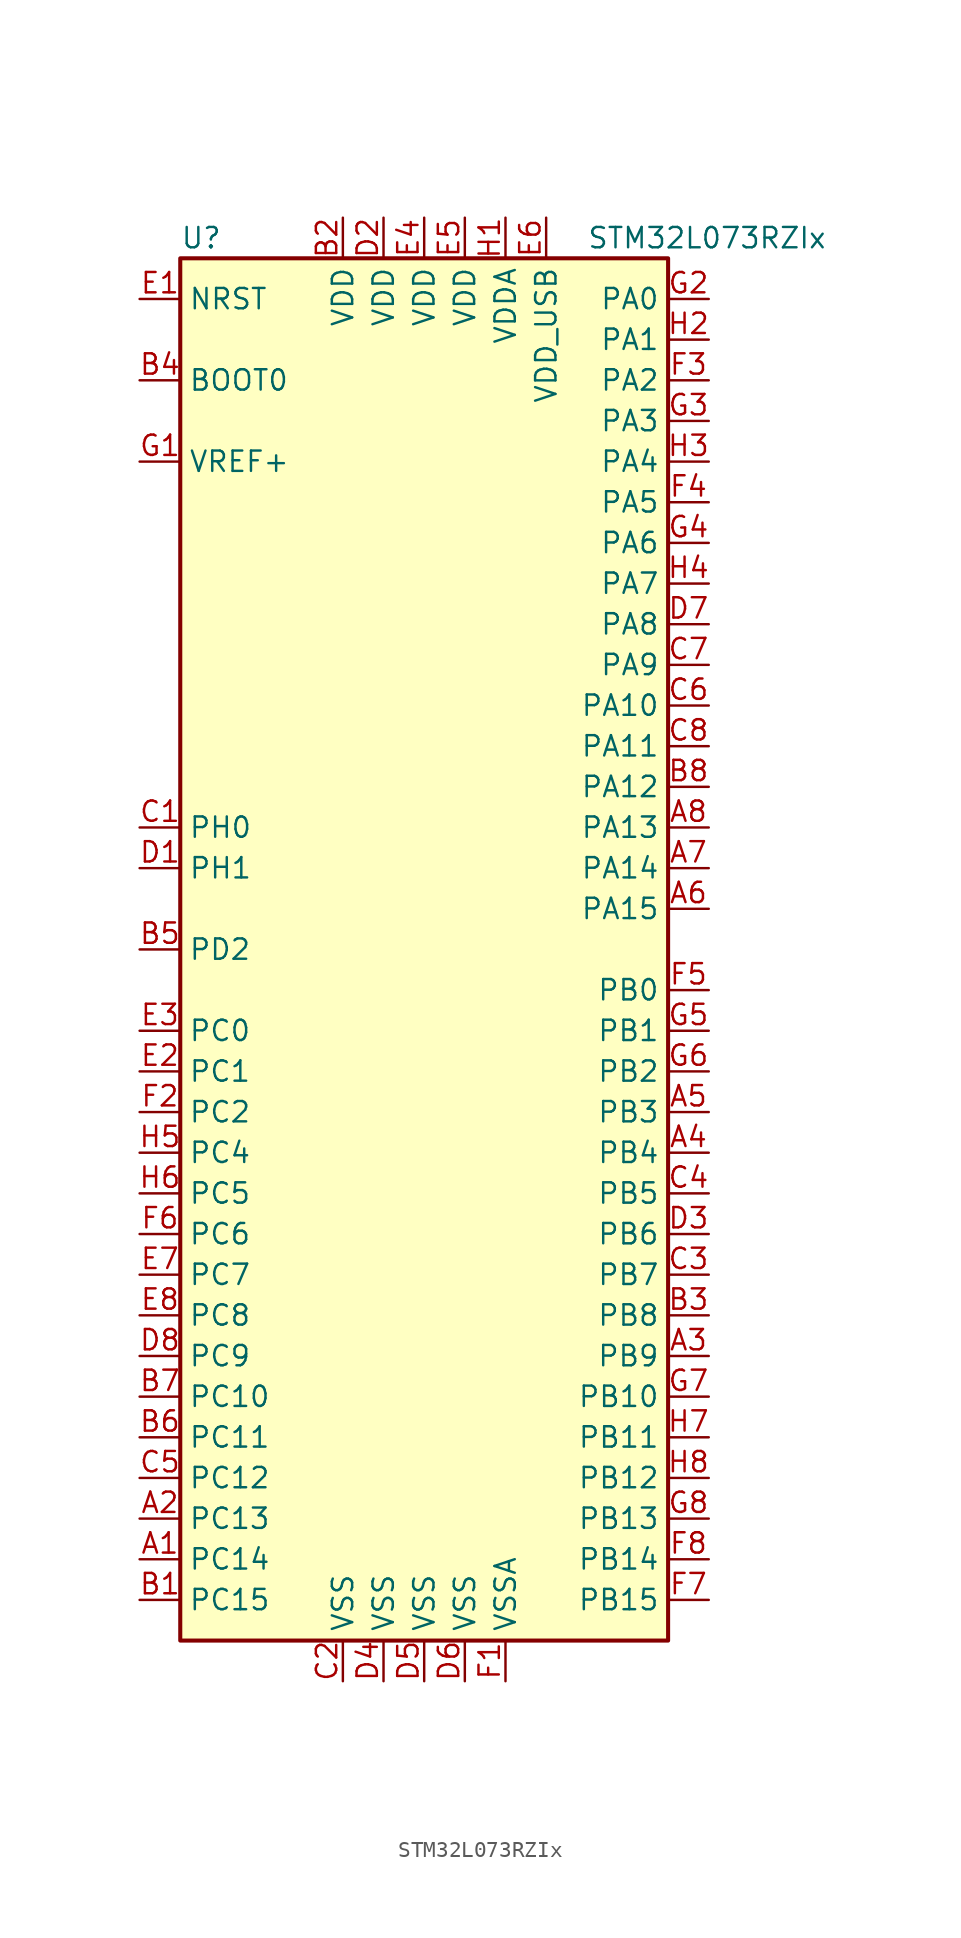
<source format=kicad_sym>
(kicad_symbol_lib
  (version 20201005)
  (generator kicad_symbol_editor)
  (symbol "MCU_ST_STM32L0:STM32L073RZIx"
    (property "Reference" "U"
      (at -15.24 44.45 0)
      (effects (font (size 1.27 1.27)) (justify left)))
    (property "Value" "STM32L073RZIx"
      (at 10.16 44.45 0)
      (effects (font (size 1.27 1.27)) (justify left)))
    (symbol "STM32L073RZIx_0_1"
      (rectangle (start -15.24 -43.18) (end 15.24 43.18) (stroke (width 0.254)) (fill (type background))))
    (symbol "STM32L073RZIx_1_1"
      (pin input line (at -17.78 35.56 0) (length 2.54) (name "BOOT0" (effects (font (size 1.27 1.27)))) (number "B4" (effects (font (size 1.27 1.27)))))
      (pin input line (at -17.78 40.64 0) (length 2.54) (name "NRST" (effects (font (size 1.27 1.27)))) (number "E1" (effects (font (size 1.27 1.27)))))
      (pin bidirectional line (at 17.78 40.64 180) (length 2.54) (name "PA0" (effects (font (size 1.27 1.27)))) (number "G2" (effects (font (size 1.27 1.27)))))
      (pin bidirectional line (at 17.78 38.1 180) (length 2.54) (name "PA1" (effects (font (size 1.27 1.27)))) (number "H2" (effects (font (size 1.27 1.27)))))
      (pin bidirectional line (at 17.78 15.24 180) (length 2.54) (name "PA10" (effects (font (size 1.27 1.27)))) (number "C6" (effects (font (size 1.27 1.27)))))
      (pin bidirectional line (at 17.78 12.7 180) (length 2.54) (name "PA11" (effects (font (size 1.27 1.27)))) (number "C8" (effects (font (size 1.27 1.27)))))
      (pin bidirectional line (at 17.78 10.16 180) (length 2.54) (name "PA12" (effects (font (size 1.27 1.27)))) (number "B8" (effects (font (size 1.27 1.27)))))
      (pin bidirectional line (at 17.78 7.62 180) (length 2.54) (name "PA13" (effects (font (size 1.27 1.27)))) (number "A8" (effects (font (size 1.27 1.27)))))
      (pin bidirectional line (at 17.78 5.08 180) (length 2.54) (name "PA14" (effects (font (size 1.27 1.27)))) (number "A7" (effects (font (size 1.27 1.27)))))
      (pin bidirectional line (at 17.78 2.54 180) (length 2.54) (name "PA15" (effects (font (size 1.27 1.27)))) (number "A6" (effects (font (size 1.27 1.27)))))
      (pin bidirectional line (at 17.78 35.56 180) (length 2.54) (name "PA2" (effects (font (size 1.27 1.27)))) (number "F3" (effects (font (size 1.27 1.27)))))
      (pin bidirectional line (at 17.78 33.02 180) (length 2.54) (name "PA3" (effects (font (size 1.27 1.27)))) (number "G3" (effects (font (size 1.27 1.27)))))
      (pin bidirectional line (at 17.78 30.48 180) (length 2.54) (name "PA4" (effects (font (size 1.27 1.27)))) (number "H3" (effects (font (size 1.27 1.27)))))
      (pin bidirectional line (at 17.78 27.94 180) (length 2.54) (name "PA5" (effects (font (size 1.27 1.27)))) (number "F4" (effects (font (size 1.27 1.27)))))
      (pin bidirectional line (at 17.78 25.4 180) (length 2.54) (name "PA6" (effects (font (size 1.27 1.27)))) (number "G4" (effects (font (size 1.27 1.27)))))
      (pin bidirectional line (at 17.78 22.86 180) (length 2.54) (name "PA7" (effects (font (size 1.27 1.27)))) (number "H4" (effects (font (size 1.27 1.27)))))
      (pin bidirectional line (at 17.78 20.32 180) (length 2.54) (name "PA8" (effects (font (size 1.27 1.27)))) (number "D7" (effects (font (size 1.27 1.27)))))
      (pin bidirectional line (at 17.78 17.78 180) (length 2.54) (name "PA9" (effects (font (size 1.27 1.27)))) (number "C7" (effects (font (size 1.27 1.27)))))
      (pin bidirectional line (at 17.78 -2.54 180) (length 2.54) (name "PB0" (effects (font (size 1.27 1.27)))) (number "F5" (effects (font (size 1.27 1.27)))))
      (pin bidirectional line (at 17.78 -5.08 180) (length 2.54) (name "PB1" (effects (font (size 1.27 1.27)))) (number "G5" (effects (font (size 1.27 1.27)))))
      (pin bidirectional line (at 17.78 -27.94 180) (length 2.54) (name "PB10" (effects (font (size 1.27 1.27)))) (number "G7" (effects (font (size 1.27 1.27)))))
      (pin bidirectional line (at 17.78 -30.48 180) (length 2.54) (name "PB11" (effects (font (size 1.27 1.27)))) (number "H7" (effects (font (size 1.27 1.27)))))
      (pin bidirectional line (at 17.78 -33.02 180) (length 2.54) (name "PB12" (effects (font (size 1.27 1.27)))) (number "H8" (effects (font (size 1.27 1.27)))))
      (pin bidirectional line (at 17.78 -35.56 180) (length 2.54) (name "PB13" (effects (font (size 1.27 1.27)))) (number "G8" (effects (font (size 1.27 1.27)))))
      (pin bidirectional line (at 17.78 -38.1 180) (length 2.54) (name "PB14" (effects (font (size 1.27 1.27)))) (number "F8" (effects (font (size 1.27 1.27)))))
      (pin bidirectional line (at 17.78 -40.64 180) (length 2.54) (name "PB15" (effects (font (size 1.27 1.27)))) (number "F7" (effects (font (size 1.27 1.27)))))
      (pin bidirectional line (at 17.78 -7.62 180) (length 2.54) (name "PB2" (effects (font (size 1.27 1.27)))) (number "G6" (effects (font (size 1.27 1.27)))))
      (pin bidirectional line (at 17.78 -10.16 180) (length 2.54) (name "PB3" (effects (font (size 1.27 1.27)))) (number "A5" (effects (font (size 1.27 1.27)))))
      (pin bidirectional line (at 17.78 -12.7 180) (length 2.54) (name "PB4" (effects (font (size 1.27 1.27)))) (number "A4" (effects (font (size 1.27 1.27)))))
      (pin bidirectional line (at 17.78 -15.24 180) (length 2.54) (name "PB5" (effects (font (size 1.27 1.27)))) (number "C4" (effects (font (size 1.27 1.27)))))
      (pin bidirectional line (at 17.78 -17.78 180) (length 2.54) (name "PB6" (effects (font (size 1.27 1.27)))) (number "D3" (effects (font (size 1.27 1.27)))))
      (pin bidirectional line (at 17.78 -20.32 180) (length 2.54) (name "PB7" (effects (font (size 1.27 1.27)))) (number "C3" (effects (font (size 1.27 1.27)))))
      (pin bidirectional line (at 17.78 -22.86 180) (length 2.54) (name "PB8" (effects (font (size 1.27 1.27)))) (number "B3" (effects (font (size 1.27 1.27)))))
      (pin bidirectional line (at 17.78 -25.4 180) (length 2.54) (name "PB9" (effects (font (size 1.27 1.27)))) (number "A3" (effects (font (size 1.27 1.27)))))
      (pin bidirectional line (at -17.78 -5.08 0) (length 2.54) (name "PC0" (effects (font (size 1.27 1.27)))) (number "E3" (effects (font (size 1.27 1.27)))))
      (pin bidirectional line (at -17.78 -7.62 0) (length 2.54) (name "PC1" (effects (font (size 1.27 1.27)))) (number "E2" (effects (font (size 1.27 1.27)))))
      (pin bidirectional line (at -17.78 -27.94 0) (length 2.54) (name "PC10" (effects (font (size 1.27 1.27)))) (number "B7" (effects (font (size 1.27 1.27)))))
      (pin bidirectional line (at -17.78 -30.48 0) (length 2.54) (name "PC11" (effects (font (size 1.27 1.27)))) (number "B6" (effects (font (size 1.27 1.27)))))
      (pin bidirectional line (at -17.78 -33.02 0) (length 2.54) (name "PC12" (effects (font (size 1.27 1.27)))) (number "C5" (effects (font (size 1.27 1.27)))))
      (pin bidirectional line (at -17.78 -35.56 0) (length 2.54) (name "PC13" (effects (font (size 1.27 1.27)))) (number "A2" (effects (font (size 1.27 1.27)))))
      (pin bidirectional line (at -17.78 -38.1 0) (length 2.54) (name "PC14" (effects (font (size 1.27 1.27)))) (number "A1" (effects (font (size 1.27 1.27)))))
      (pin bidirectional line (at -17.78 -40.64 0) (length 2.54) (name "PC15" (effects (font (size 1.27 1.27)))) (number "B1" (effects (font (size 1.27 1.27)))))
      (pin bidirectional line (at -17.78 -10.16 0) (length 2.54) (name "PC2" (effects (font (size 1.27 1.27)))) (number "F2" (effects (font (size 1.27 1.27)))))
      (pin bidirectional line (at -17.78 -12.7 0) (length 2.54) (name "PC4" (effects (font (size 1.27 1.27)))) (number "H5" (effects (font (size 1.27 1.27)))))
      (pin bidirectional line (at -17.78 -15.24 0) (length 2.54) (name "PC5" (effects (font (size 1.27 1.27)))) (number "H6" (effects (font (size 1.27 1.27)))))
      (pin bidirectional line (at -17.78 -17.78 0) (length 2.54) (name "PC6" (effects (font (size 1.27 1.27)))) (number "F6" (effects (font (size 1.27 1.27)))))
      (pin bidirectional line (at -17.78 -20.32 0) (length 2.54) (name "PC7" (effects (font (size 1.27 1.27)))) (number "E7" (effects (font (size 1.27 1.27)))))
      (pin bidirectional line (at -17.78 -22.86 0) (length 2.54) (name "PC8" (effects (font (size 1.27 1.27)))) (number "E8" (effects (font (size 1.27 1.27)))))
      (pin bidirectional line (at -17.78 -25.4 0) (length 2.54) (name "PC9" (effects (font (size 1.27 1.27)))) (number "D8" (effects (font (size 1.27 1.27)))))
      (pin bidirectional line (at -17.78 0 0) (length 2.54) (name "PD2" (effects (font (size 1.27 1.27)))) (number "B5" (effects (font (size 1.27 1.27)))))
      (pin input line (at -17.78 7.62 0) (length 2.54) (name "PH0" (effects (font (size 1.27 1.27)))) (number "C1" (effects (font (size 1.27 1.27)))))
      (pin input line (at -17.78 5.08 0) (length 2.54) (name "PH1" (effects (font (size 1.27 1.27)))) (number "D1" (effects (font (size 1.27 1.27)))))
      (pin power_in line (at -5.08 45.72 270) (length 2.54) (name "VDD" (effects (font (size 1.27 1.27)))) (number "B2" (effects (font (size 1.27 1.27)))))
      (pin power_in line (at -2.54 45.72 270) (length 2.54) (name "VDD" (effects (font (size 1.27 1.27)))) (number "D2" (effects (font (size 1.27 1.27)))))
      (pin power_in line (at 0 45.72 270) (length 2.54) (name "VDD" (effects (font (size 1.27 1.27)))) (number "E4" (effects (font (size 1.27 1.27)))))
      (pin power_in line (at 2.54 45.72 270) (length 2.54) (name "VDD" (effects (font (size 1.27 1.27)))) (number "E5" (effects (font (size 1.27 1.27)))))
      (pin power_in line (at 5.08 45.72 270) (length 2.54) (name "VDDA" (effects (font (size 1.27 1.27)))) (number "H1" (effects (font (size 1.27 1.27)))))
      (pin power_in line (at 7.62 45.72 270) (length 2.54) (name "VDD_USB" (effects (font (size 1.27 1.27)))) (number "E6" (effects (font (size 1.27 1.27)))))
      (pin power_in line (at -17.78 30.48 0) (length 2.54) (name "VREF+" (effects (font (size 1.27 1.27)))) (number "G1" (effects (font (size 1.27 1.27)))))
      (pin power_in line (at -5.08 -45.72 90) (length 2.54) (name "VSS" (effects (font (size 1.27 1.27)))) (number "C2" (effects (font (size 1.27 1.27)))))
      (pin power_in line (at -2.54 -45.72 90) (length 2.54) (name "VSS" (effects (font (size 1.27 1.27)))) (number "D4" (effects (font (size 1.27 1.27)))))
      (pin power_in line (at 0 -45.72 90) (length 2.54) (name "VSS" (effects (font (size 1.27 1.27)))) (number "D5" (effects (font (size 1.27 1.27)))))
      (pin power_in line (at 2.54 -45.72 90) (length 2.54) (name "VSS" (effects (font (size 1.27 1.27)))) (number "D6" (effects (font (size 1.27 1.27)))))
      (pin power_in line (at 5.08 -45.72 90) (length 2.54) (name "VSSA" (effects (font (size 1.27 1.27)))) (number "F1" (effects (font (size 1.27 1.27))))))))
</source>
